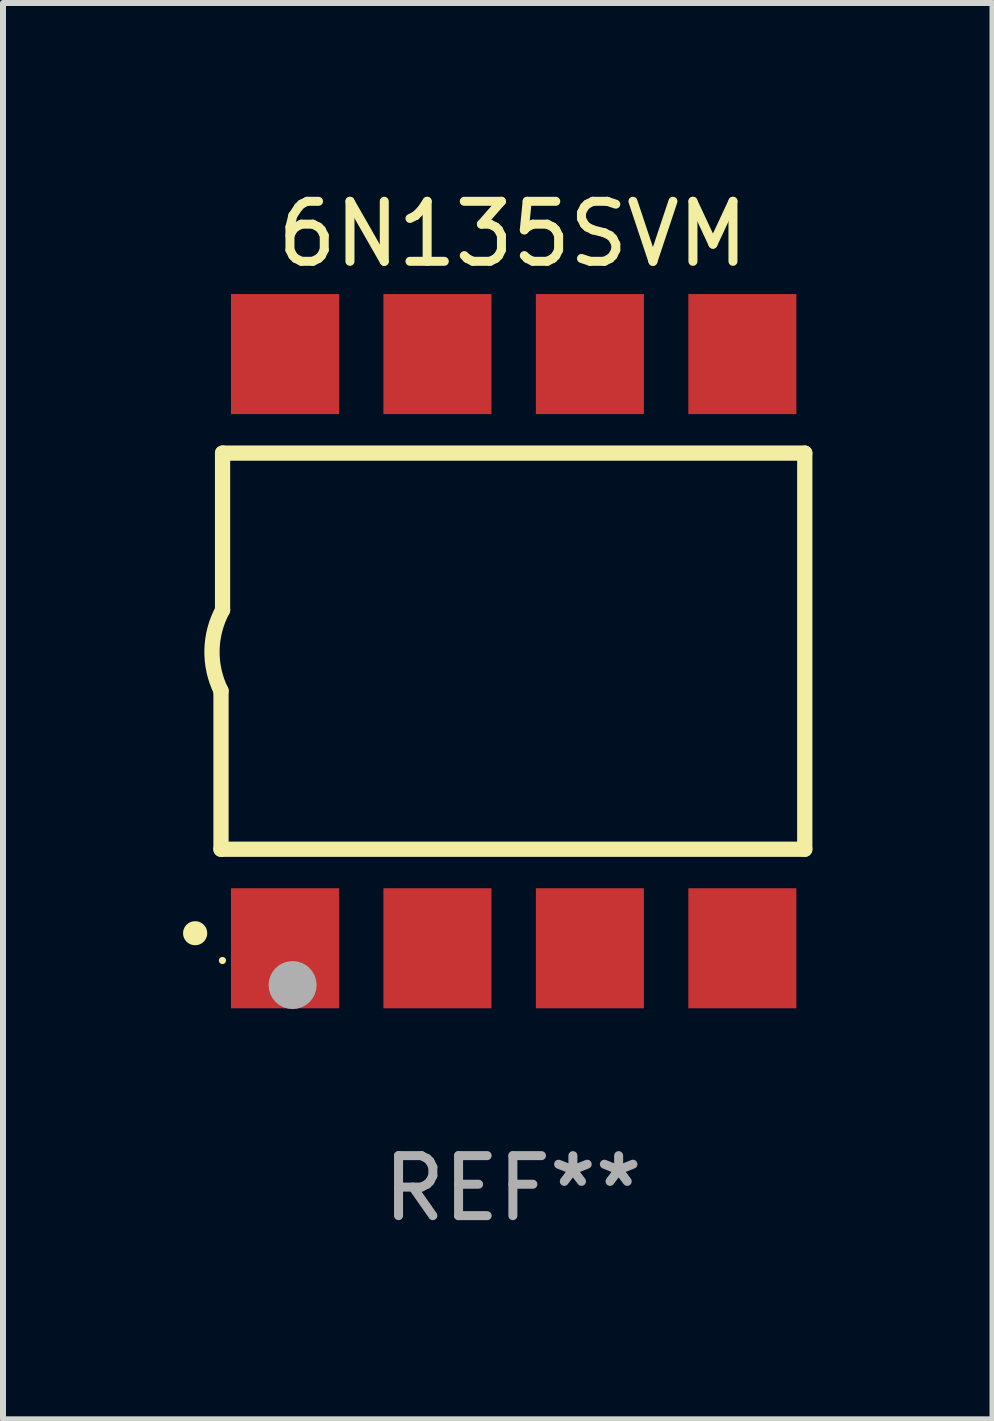
<source format=kicad_pcb>
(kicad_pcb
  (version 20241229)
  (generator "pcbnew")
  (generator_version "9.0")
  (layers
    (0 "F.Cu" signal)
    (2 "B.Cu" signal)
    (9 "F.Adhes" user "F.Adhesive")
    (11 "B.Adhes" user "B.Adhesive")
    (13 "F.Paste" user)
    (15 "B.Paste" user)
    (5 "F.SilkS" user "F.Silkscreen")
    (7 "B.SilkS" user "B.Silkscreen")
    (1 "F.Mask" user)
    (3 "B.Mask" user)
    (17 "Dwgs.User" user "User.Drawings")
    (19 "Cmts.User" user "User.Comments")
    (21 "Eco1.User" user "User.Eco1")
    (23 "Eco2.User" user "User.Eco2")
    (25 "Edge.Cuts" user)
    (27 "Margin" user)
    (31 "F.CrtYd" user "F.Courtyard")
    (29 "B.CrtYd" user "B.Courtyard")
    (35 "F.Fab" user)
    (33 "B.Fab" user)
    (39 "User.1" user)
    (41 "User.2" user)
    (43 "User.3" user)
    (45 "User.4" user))
  (footprint "6N135SVM"
    (layer "F.Cu")
    (at 5.495 7.799)
    (property "Reference" "6N135SVM" (at 0 -6.95 0) (layer "F.SilkS") (effects (font (size 1 1) (thickness 0.15))))
    (attr through_hole)
    (fp_line (start -4.863 3.3) (end -4.863 0.66) (stroke (width 0.254) (type solid)) (layer "F.SilkS"))
    (fp_line (start -4.837 -3.3) (end -4.837 -0.686) (stroke (width 0.254) (type solid)) (layer "F.SilkS"))
    (fp_line (start -4.837 -3.3) (end 4.863 -3.3) (stroke (width 0.254) (type solid)) (layer "F.SilkS"))
    (fp_line (start 4.863 -3.3) (end 4.863 3.3) (stroke (width 0.254) (type solid)) (layer "F.SilkS"))
    (fp_line (start 4.863 3.3) (end -4.863 3.3) (stroke (width 0.254) (type solid)) (layer "F.SilkS"))
    (fp_arc (start -5.295212 4.699009) (mid -5.293942 4.699005) (end -5.292672 4.699009) (stroke (width 0.4) (type solid)) (layer "F.SilkS"))
    (fp_arc (start -4.863411 0.660401) (mid -5.013163 -0.015948) (end -4.836614 -0.685801) (stroke (width 0.254001) (type solid)) (layer "F.SilkS"))
    (fp_circle (center -4.839 5.154) (end -4.809 5.154) (stroke (width 0.06) (type solid)) (fill no) (layer "F.SilkS"))
    (fp_circle (center -3.67 5.563) (end -3.47 5.563) (stroke (width 0.4) (type solid)) (fill no) (layer "F.Fab"))
    (fp_text user "REF**" (at 0 8.95 0) (layer "F.Fab") (effects (font (size 1 1) (thickness 0.15))))
    (pad "1" smd rect (at -3.797 4.95) (size 1.8 2) (layers "F.Cu" "F.Mask" "F.Paste"))
    (pad "2" smd rect (at -1.257 4.95) (size 1.8 2) (layers "F.Cu" "F.Mask" "F.Paste"))
    (pad "3" smd rect (at 1.283 4.95) (size 1.8 2) (layers "F.Cu" "F.Mask" "F.Paste"))
    (pad "4" smd rect (at 3.823 4.95) (size 1.8 2) (layers "F.Cu" "F.Mask" "F.Paste"))
    (pad "5" smd rect (at 3.823 -4.95 180) (size 1.8 2) (layers "F.Cu" "F.Mask" "F.Paste"))
    (pad "6" smd rect (at 1.283 -4.95 180) (size 1.8 2) (layers "F.Cu" "F.Mask" "F.Paste"))
    (pad "7" smd rect (at -1.257 -4.95 180) (size 1.8 2) (layers "F.Cu" "F.Mask" "F.Paste"))
    (pad "8" smd rect (at -3.797 -4.95 180) (size 1.8 2) (layers "F.Cu" "F.Mask" "F.Paste")))
  (gr_rect
    (start -3 -3)
    (end 13.486 20.597)
    (stroke (width 0.1) (type default))
    (fill no)
    (layer "Edge.Cuts")))
</source>
